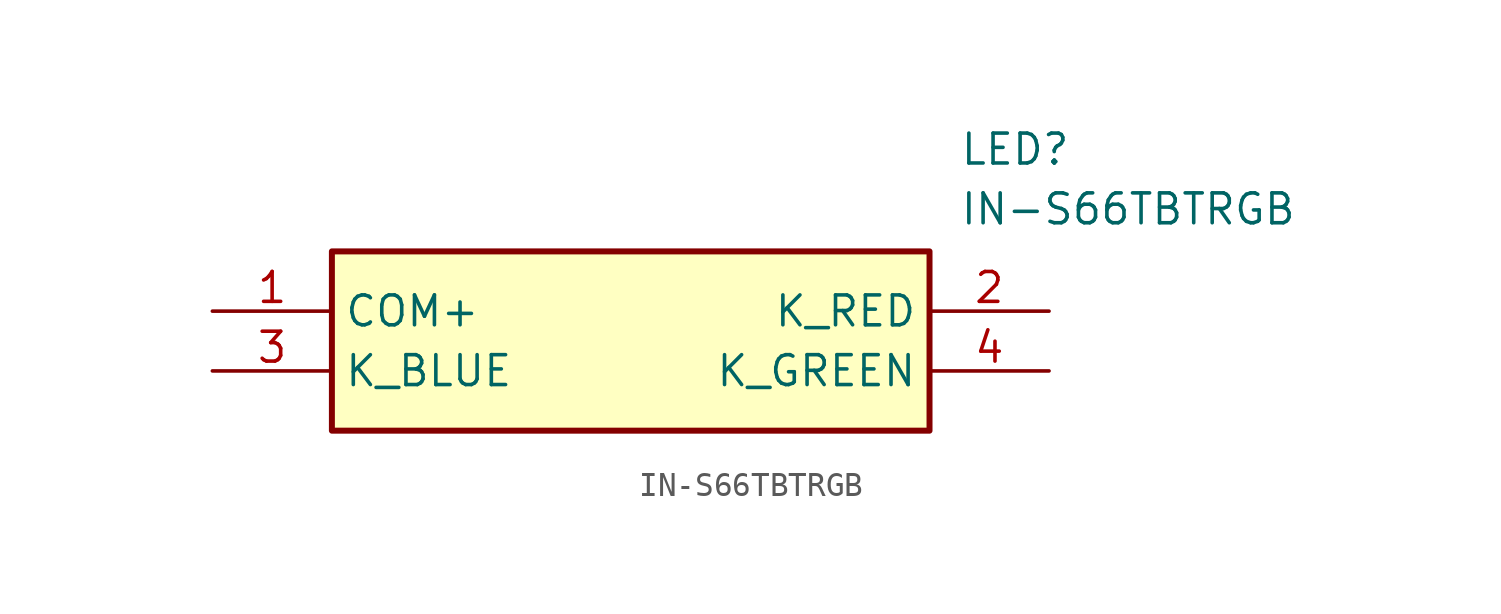
<source format=kicad_sym>
(kicad_symbol_lib
  (version 20211014)
  (generator SamacSys_ECAD_Model)
  (symbol "IN-S66TBTRGB"
    (property "Reference" "LED"
      (at 31.75 7.62 0)
      (effects (font (size 1.27 1.27)) (justify left top)))
    (property "Value" "IN-S66TBTRGB"
      (at 31.75 5.08 0)
      (effects (font (size 1.27 1.27)) (justify left top)))
    (rectangle
      (start 5.08 2.54)
      (end 30.48 -5.08)
      (stroke (width 0.254) (type default))
      (fill (type background)))
    (pin passive line
      (at 0 0 0)
      (length 5.08)
      (name "COM+" (effects (font (size 1.27 1.27))))
      (number "1" (effects (font (size 1.27 1.27)))))
    (pin passive line
      (at 35.56 0 180)
      (length 5.08)
      (name "K_RED" (effects (font (size 1.27 1.27))))
      (number "2" (effects (font (size 1.27 1.27)))))
    (pin passive line
      (at 0 -2.54 0)
      (length 5.08)
      (name "K_BLUE" (effects (font (size 1.27 1.27))))
      (number "3" (effects (font (size 1.27 1.27)))))
    (pin passive line
      (at 35.56 -2.54 180)
      (length 5.08)
      (name "K_GREEN" (effects (font (size 1.27 1.27))))
      (number "4" (effects (font (size 1.27 1.27)))))))
</source>
